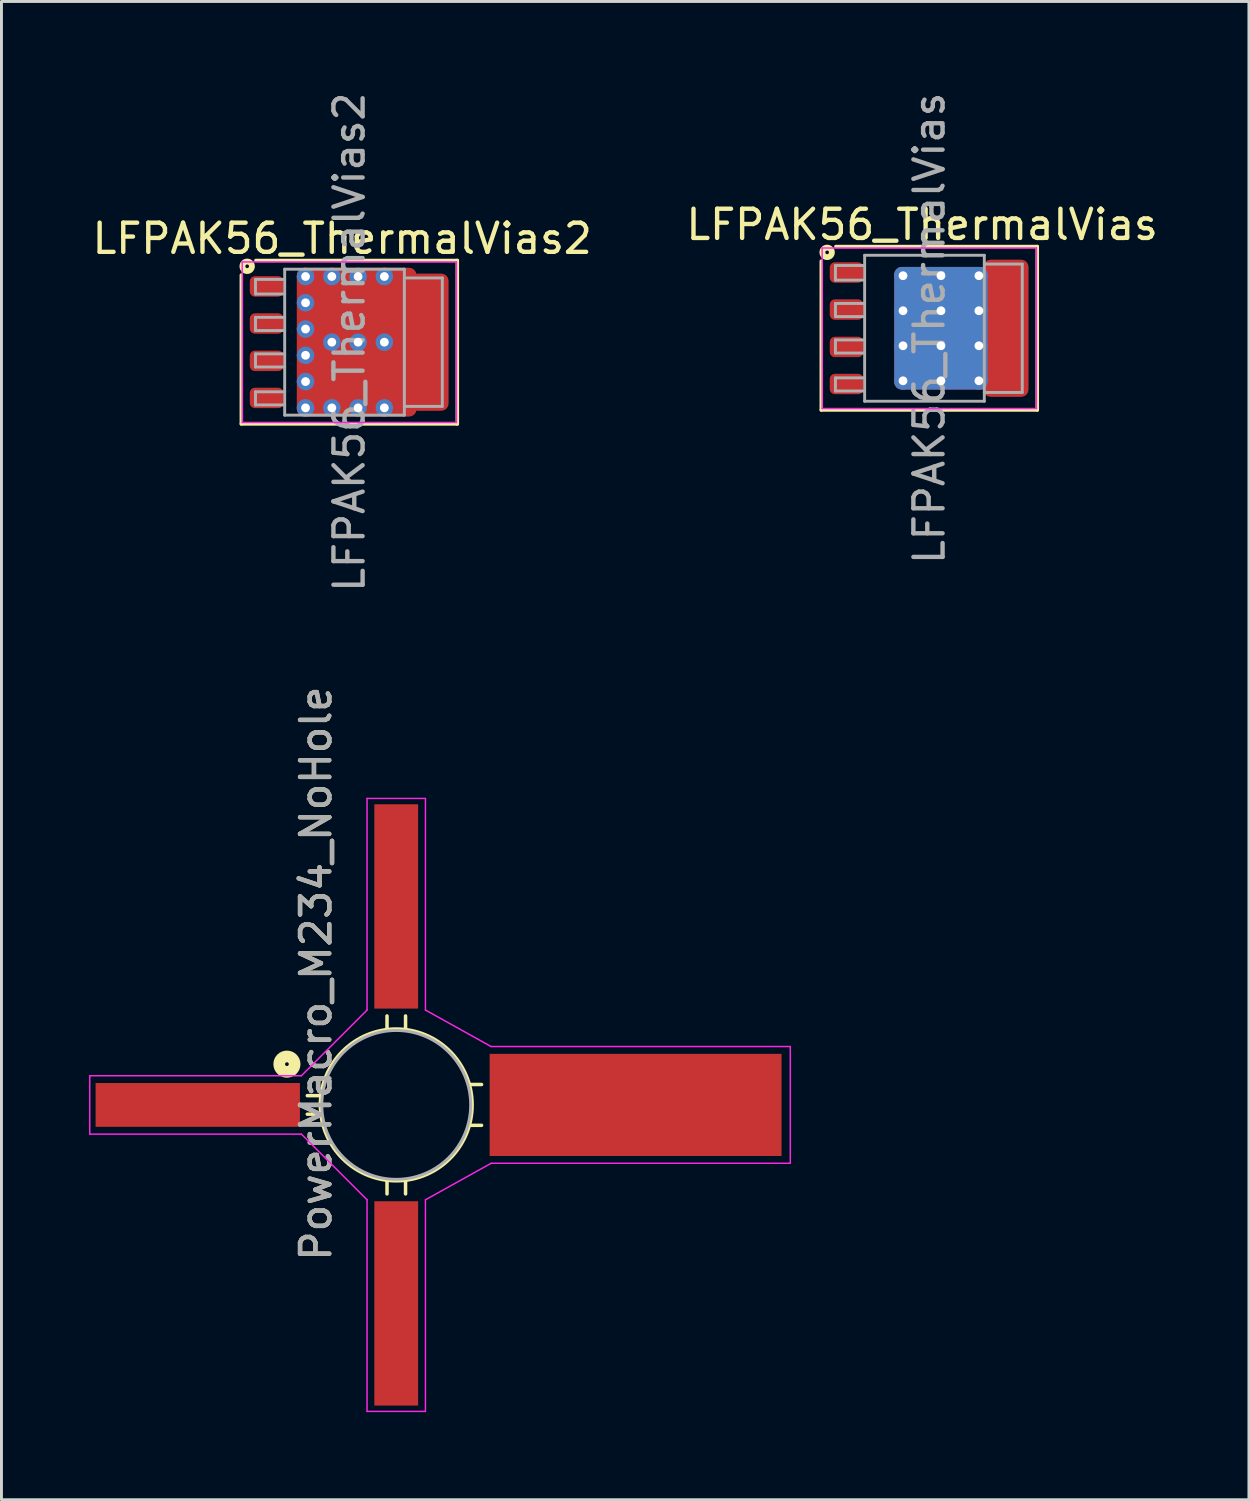
<source format=kicad_pcb>
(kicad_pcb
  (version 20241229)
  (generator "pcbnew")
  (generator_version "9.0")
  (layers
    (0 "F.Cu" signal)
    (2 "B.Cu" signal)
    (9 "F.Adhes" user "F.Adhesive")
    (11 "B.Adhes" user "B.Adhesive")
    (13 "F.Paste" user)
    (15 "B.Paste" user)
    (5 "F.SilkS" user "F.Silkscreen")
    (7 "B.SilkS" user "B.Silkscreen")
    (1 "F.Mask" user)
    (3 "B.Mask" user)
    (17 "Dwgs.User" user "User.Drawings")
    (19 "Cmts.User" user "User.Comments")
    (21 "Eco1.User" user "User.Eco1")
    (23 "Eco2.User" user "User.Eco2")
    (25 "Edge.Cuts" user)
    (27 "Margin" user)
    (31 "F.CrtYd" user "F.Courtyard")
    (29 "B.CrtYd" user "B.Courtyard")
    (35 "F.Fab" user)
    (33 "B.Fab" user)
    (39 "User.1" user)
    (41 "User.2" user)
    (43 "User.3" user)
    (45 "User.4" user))
  (footprint "LFPAK56_ThermalVias"
    (layer "F.Cu")
    (at 28.787 8.196)
    (property "Reference" "LFPAK56_ThermalVias" (at -0.245 -3.55 0) (layer "F.SilkS") (effects (font (size 1 1) (thickness 0.15))))
    (attr smd)
    (fp_line (start -3.7 -2.3) (end -3.7 2.8) (stroke (width 0.12) (type solid)) (layer "F.SilkS"))
    (fp_line (start -3.7 2.8) (end 3.7 2.8) (stroke (width 0.12) (type solid)) (layer "F.SilkS"))
    (fp_line (start 3.7 -2.8) (end -3.2 -2.8) (stroke (width 0.12) (type solid)) (layer "F.SilkS"))
    (fp_line (start 3.7 2.8) (end 3.7 -2.8) (stroke (width 0.12) (type solid)) (layer "F.SilkS"))
    (fp_circle (center -3.5 -2.6) (end -3.437 -2.6) (stroke (width 0.2) (type solid)) (fill no) (layer "F.SilkS"))
    (fp_line (start -3.67 2.75) (end -3.67 -2.75) (stroke (width 0.05) (type solid)) (layer "F.CrtYd"))
    (fp_line (start -3.67 2.75) (end 3.67 2.75) (stroke (width 0.05) (type solid)) (layer "F.CrtYd"))
    (fp_line (start 3.67 -2.75) (end -3.67 -2.75) (stroke (width 0.05) (type solid)) (layer "F.CrtYd"))
    (fp_line (start 3.67 -2.75) (end 3.67 2.75) (stroke (width 0.05) (type solid)) (layer "F.CrtYd"))
    (fp_line (start -3.215 -2.15) (end -3.215 -1.65) (stroke (width 0.1) (type solid)) (layer "F.Fab"))
    (fp_line (start -3.215 -2.15) (end -2.215 -2.15) (stroke (width 0.1) (type solid)) (layer "F.Fab"))
    (fp_line (start -3.215 -1.65) (end -2.215 -1.65) (stroke (width 0.1) (type solid)) (layer "F.Fab"))
    (fp_line (start -3.215 -0.85) (end -3.215 -0.4) (stroke (width 0.1) (type solid)) (layer "F.Fab"))
    (fp_line (start -3.215 -0.4) (end -2.215 -0.4) (stroke (width 0.1) (type solid)) (layer "F.Fab"))
    (fp_line (start -3.215 0.4) (end -3.215 0.85) (stroke (width 0.1) (type solid)) (layer "F.Fab"))
    (fp_line (start -3.215 0.85) (end -2.215 0.85) (stroke (width 0.1) (type solid)) (layer "F.Fab"))
    (fp_line (start -3.215 1.7) (end -3.215 2.15) (stroke (width 0.1) (type solid)) (layer "F.Fab"))
    (fp_line (start -3.215 2.15) (end -2.215 2.15) (stroke (width 0.1) (type solid)) (layer "F.Fab"))
    (fp_line (start -2.215 -2.5) (end -2.215 2.5) (stroke (width 0.1) (type solid)) (layer "F.Fab"))
    (fp_line (start -2.215 -0.85) (end -3.215 -0.85) (stroke (width 0.1) (type solid)) (layer "F.Fab"))
    (fp_line (start -2.215 0.4) (end -3.215 0.4) (stroke (width 0.1) (type solid)) (layer "F.Fab"))
    (fp_line (start -2.215 1.7) (end -3.215 1.7) (stroke (width 0.1) (type solid)) (layer "F.Fab"))
    (fp_line (start -2.215 2.5) (end 1.885 2.5) (stroke (width 0.1) (type solid)) (layer "F.Fab"))
    (fp_line (start 1.885 -2.5) (end -2.215 -2.5) (stroke (width 0.1) (type solid)) (layer "F.Fab"))
    (fp_line (start 1.885 2.5) (end 1.885 -2.5) (stroke (width 0.1) (type solid)) (layer "F.Fab"))
    (fp_line (start 3.185 -2.2) (end 1.885 -2.2) (stroke (width 0.1) (type solid)) (layer "F.Fab"))
    (fp_line (start 3.185 -2.2) (end 3.185 2.2) (stroke (width 0.1) (type solid)) (layer "F.Fab"))
    (fp_line (start 3.185 2.2) (end 1.885 2.2) (stroke (width 0.1) (type solid)) (layer "F.Fab"))
    (fp_text user "${REFERENCE}" (at 0 0 90) (layer "F.Fab") (effects (font (size 1 1) (thickness 0.15))))
    (pad "" smd roundrect (at -0.3 0 270) (size 1 1.2) (layers "F.Paste") (roundrect_rratio 0.25))
    (pad "" smd roundrect (at -0.275 -1.225 270) (size 1.05 1.15) (layers "F.Paste") (roundrect_rratio 0.238))
    (pad "" smd roundrect (at -0.275 1.225 270) (size 1.05 1.15) (layers "F.Paste") (roundrect_rratio 0.238))
    (pad "" smd roundrect (at 1.075 -1.225 270) (size 1.05 1.15) (layers "F.Paste") (roundrect_rratio 0.238))
    (pad "" smd roundrect (at 1.075 1.225 270) (size 1.05 1.15) (layers "F.Paste") (roundrect_rratio 0.238))
    (pad "" smd roundrect (at 1.1 0 270) (size 1 1.2) (layers "F.Paste") (roundrect_rratio 0.25))
    (pad "" smd roundrect (at 2.6 -1.5 270) (size 1.2 1.1) (layers "F.Paste") (roundrect_rratio 0.161))
    (pad "" smd roundrect (at 2.6 0 270) (size 1.2 1.1) (layers "F.Paste") (roundrect_rratio 0.161))
    (pad "" smd roundrect (at 2.6 1.5 270) (size 1.2 1.1) (layers "F.Paste") (roundrect_rratio 0.161))
    (pad "1" smd roundrect (at -2.835 -1.91 270) (size 0.7 1.15) (layers "F.Cu" "F.Mask" "F.Paste") (roundrect_rratio 0.25))
    (pad "2" smd roundrect (at -2.835 -0.64 270) (size 0.7 1.15) (layers "F.Cu" "F.Mask" "F.Paste") (roundrect_rratio 0.25))
    (pad "3" smd roundrect (at -2.835 0.64 270) (size 0.7 1.15) (layers "F.Cu" "F.Mask" "F.Paste") (roundrect_rratio 0.25))
    (pad "4" smd roundrect (at -2.835 1.91 270) (size 0.7 1.15) (layers "F.Cu" "F.Mask" "F.Paste") (roundrect_rratio 0.25))
    (pad "5" thru_hole circle (at -0.9 -1.8) (size 0.6 0.6) (drill 0.3) (property pad_prop_heatsink) (layers "*.Cu"))
    (pad "5" thru_hole circle (at -0.9 -0.6) (size 0.6 0.6) (drill 0.3) (property pad_prop_heatsink) (layers "*.Cu"))
    (pad "5" thru_hole circle (at -0.9 0.6) (size 0.6 0.6) (drill 0.3) (property pad_prop_heatsink) (layers "*.Cu"))
    (pad "5" thru_hole circle (at -0.9 1.8) (size 0.6 0.6) (drill 0.3) (property pad_prop_heatsink) (layers "*.Cu"))
    (pad "5" thru_hole circle (at 0.4 -1.8) (size 0.6 0.6) (drill 0.3) (property pad_prop_heatsink) (layers "*.Cu"))
    (pad "5" thru_hole circle (at 0.4 -0.6) (size 0.6 0.6) (drill 0.3) (property pad_prop_heatsink) (layers "*.Cu"))
    (pad "5" smd roundrect (at 0.4 0 270) (size 4.2 3.2) (layers "B.Cu" "B.Mask") (roundrect_rratio 0.078))
    (pad "5" thru_hole circle (at 0.4 0.6) (size 0.6 0.6) (drill 0.3) (property pad_prop_heatsink) (layers "*.Cu"))
    (pad "5" thru_hole circle (at 0.4 1.8) (size 0.6 0.6) (drill 0.3) (property pad_prop_heatsink) (layers "*.Cu"))
    (pad "5" smd roundrect (at 0.55 0 270) (size 4.2 3.5) (layers "F.Cu" "F.Mask") (roundrect_rratio 0.071))
    (pad "5" thru_hole circle (at 1.7 -1.8) (size 0.6 0.6) (drill 0.3) (property pad_prop_heatsink) (layers "*.Cu"))
    (pad "5" thru_hole circle (at 1.7 -0.6) (size 0.6 0.6) (drill 0.3) (property pad_prop_heatsink) (layers "*.Cu"))
    (pad "5" thru_hole circle (at 1.7 0.6) (size 0.6 0.6) (drill 0.3) (property pad_prop_heatsink) (layers "*.Cu"))
    (pad "5" thru_hole circle (at 1.7 1.8) (size 0.6 0.6) (drill 0.3) (property pad_prop_heatsink) (layers "*.Cu"))
    (pad "5" smd roundrect (at 2.625 0 270) (size 4.7 1.55) (layers "F.Cu" "F.Mask") (roundrect_rratio 0.161)))
  (footprint "LFPAK56_ThermalVias2"
    (layer "F.Cu")
    (at 8.918 8.673)
    (property "Reference" "LFPAK56_ThermalVias2" (at -0.245 -3.55 0) (layer "F.SilkS") (effects (font (size 1 1) (thickness 0.15))))
    (attr smd)
    (fp_line (start -3.7 -2.3) (end -3.7 2.8) (stroke (width 0.12) (type solid)) (layer "F.SilkS"))
    (fp_line (start -3.7 2.8) (end 3.7 2.8) (stroke (width 0.12) (type solid)) (layer "F.SilkS"))
    (fp_line (start 3.7 -2.8) (end -3.2 -2.8) (stroke (width 0.12) (type solid)) (layer "F.SilkS"))
    (fp_line (start 3.7 2.8) (end 3.7 -2.8) (stroke (width 0.12) (type solid)) (layer "F.SilkS"))
    (fp_circle (center -3.5 -2.6) (end -3.437 -2.6) (stroke (width 0.2) (type solid)) (fill no) (layer "F.SilkS"))
    (fp_line (start -3.67 2.75) (end -3.67 -2.75) (stroke (width 0.05) (type solid)) (layer "F.CrtYd"))
    (fp_line (start -3.67 2.75) (end 3.67 2.75) (stroke (width 0.05) (type solid)) (layer "F.CrtYd"))
    (fp_line (start 3.67 -2.75) (end -3.67 -2.75) (stroke (width 0.05) (type solid)) (layer "F.CrtYd"))
    (fp_line (start 3.67 -2.75) (end 3.67 2.75) (stroke (width 0.05) (type solid)) (layer "F.CrtYd"))
    (fp_line (start -3.215 -2.15) (end -3.215 -1.65) (stroke (width 0.1) (type solid)) (layer "F.Fab"))
    (fp_line (start -3.215 -2.15) (end -2.215 -2.15) (stroke (width 0.1) (type solid)) (layer "F.Fab"))
    (fp_line (start -3.215 -1.65) (end -2.215 -1.65) (stroke (width 0.1) (type solid)) (layer "F.Fab"))
    (fp_line (start -3.215 -0.85) (end -3.215 -0.4) (stroke (width 0.1) (type solid)) (layer "F.Fab"))
    (fp_line (start -3.215 -0.4) (end -2.215 -0.4) (stroke (width 0.1) (type solid)) (layer "F.Fab"))
    (fp_line (start -3.215 0.4) (end -3.215 0.85) (stroke (width 0.1) (type solid)) (layer "F.Fab"))
    (fp_line (start -3.215 0.85) (end -2.215 0.85) (stroke (width 0.1) (type solid)) (layer "F.Fab"))
    (fp_line (start -3.215 1.7) (end -3.215 2.15) (stroke (width 0.1) (type solid)) (layer "F.Fab"))
    (fp_line (start -3.215 2.15) (end -2.215 2.15) (stroke (width 0.1) (type solid)) (layer "F.Fab"))
    (fp_line (start -2.215 -2.5) (end -2.215 2.5) (stroke (width 0.1) (type solid)) (layer "F.Fab"))
    (fp_line (start -2.215 -0.85) (end -3.215 -0.85) (stroke (width 0.1) (type solid)) (layer "F.Fab"))
    (fp_line (start -2.215 0.4) (end -3.215 0.4) (stroke (width 0.1) (type solid)) (layer "F.Fab"))
    (fp_line (start -2.215 1.7) (end -3.215 1.7) (stroke (width 0.1) (type solid)) (layer "F.Fab"))
    (fp_line (start -2.215 2.5) (end 1.885 2.5) (stroke (width 0.1) (type solid)) (layer "F.Fab"))
    (fp_line (start 1.885 -2.5) (end -2.215 -2.5) (stroke (width 0.1) (type solid)) (layer "F.Fab"))
    (fp_line (start 1.885 2.5) (end 1.885 -2.5) (stroke (width 0.1) (type solid)) (layer "F.Fab"))
    (fp_line (start 3.185 -2.2) (end 1.885 -2.2) (stroke (width 0.1) (type solid)) (layer "F.Fab"))
    (fp_line (start 3.185 -2.2) (end 3.185 2.2) (stroke (width 0.1) (type solid)) (layer "F.Fab"))
    (fp_line (start 3.185 2.2) (end 1.885 2.2) (stroke (width 0.1) (type solid)) (layer "F.Fab"))
    (fp_text user "${REFERENCE}" (at 0 0 90) (layer "F.Fab") (effects (font (size 1 1) (thickness 0.15))))
    (pad "" smd roundrect (at -0.6 -1.125 270) (size 1.35 0.8) (layers "F.Paste") (roundrect_rratio 0.238))
    (pad "" smd roundrect (at -0.6 1.125 270) (size 1.35 0.8) (layers "F.Paste") (roundrect_rratio 0.238))
    (pad "" smd roundrect (at 0.4 -1.125 270) (size 1.35 0.8) (layers "F.Paste") (roundrect_rratio 0.238))
    (pad "" smd roundrect (at 0.4 1.125 270) (size 1.35 0.8) (layers "F.Paste") (roundrect_rratio 0.238))
    (pad "" smd roundrect (at 0.5 -1.125 90) (size 1.65 3.4) (layers "F.Mask") (roundrect_rratio 0.152))
    (pad "" smd roundrect (at 0.5 1.125 90) (size 1.65 3.4) (layers "F.Mask") (roundrect_rratio 0.152))
    (pad "" smd roundrect (at 1.4 -1.125 270) (size 1.35 0.8) (layers "F.Paste") (roundrect_rratio 0.238))
    (pad "" smd roundrect (at 1.4 1.125 270) (size 1.35 0.8) (layers "F.Paste") (roundrect_rratio 0.238))
    (pad "" smd roundrect (at 1.725 0 180) (size 0.45 0.9) (layers "F.Mask") (roundrect_rratio 0.152))
    (pad "" smd roundrect (at 2.6 -1.5 270) (size 1.2 1.1) (layers "F.Paste") (roundrect_rratio 0.161))
    (pad "" smd roundrect (at 2.6 0 270) (size 1.2 1.1) (layers "F.Paste") (roundrect_rratio 0.161))
    (pad "" smd roundrect (at 2.6 1.5 270) (size 1.2 1.1) (layers "F.Paste") (roundrect_rratio 0.161))
    (pad "1" smd roundrect (at -2.835 -1.91 270) (size 0.7 1.15) (layers "F.Cu" "F.Mask" "F.Paste") (roundrect_rratio 0.25))
    (pad "2" smd roundrect (at -2.835 -0.64 270) (size 0.7 1.15) (layers "F.Cu" "F.Mask" "F.Paste") (roundrect_rratio 0.25))
    (pad "3" smd roundrect (at -2.835 0.64 270) (size 0.7 1.15) (layers "F.Cu" "F.Mask" "F.Paste") (roundrect_rratio 0.25))
    (pad "4" smd roundrect (at -2.835 1.91 270) (size 0.7 1.15) (layers "F.Cu" "F.Mask" "F.Paste") (roundrect_rratio 0.25))
    (pad "5" thru_hole circle (at -1.5 -2.25) (size 0.6 0.6) (drill 0.3) (property pad_prop_heatsink) (layers "*.Cu" "*.Mask"))
    (pad "5" thru_hole circle (at -1.5 -1.35) (size 0.6 0.6) (drill 0.3) (property pad_prop_heatsink) (layers "*.Cu" "*.Mask"))
    (pad "5" thru_hole circle (at -1.5 -0.45) (size 0.6 0.6) (drill 0.3) (property pad_prop_heatsink) (layers "*.Cu" "*.Mask"))
    (pad "5" thru_hole circle (at -1.5 0.45) (size 0.6 0.6) (drill 0.3) (property pad_prop_heatsink) (layers "*.Cu" "*.Mask"))
    (pad "5" thru_hole circle (at -1.5 1.35) (size 0.6 0.6) (drill 0.3) (property pad_prop_heatsink) (layers "*.Cu" "*.Mask"))
    (pad "5" thru_hole circle (at -1.5 2.25) (size 0.6 0.6) (drill 0.3) (property pad_prop_heatsink) (layers "*.Cu" "*.Mask"))
    (pad "5" thru_hole circle (at -0.6 -2.25) (size 0.6 0.6) (drill 0.3) (property pad_prop_heatsink) (layers "*.Cu" "*.Mask"))
    (pad "5" thru_hole circle (at -0.6 0 90) (size 0.6 0.6) (drill 0.3) (property pad_prop_heatsink) (layers "*.Cu" "*.Mask"))
    (pad "5" thru_hole circle (at -0.6 2.25 90) (size 0.6 0.6) (drill 0.3) (property pad_prop_heatsink) (layers "*.Cu" "*.Mask"))
    (pad "5" smd roundrect (at 0.25 0 270) (size 5.1 4.1) (layers "F.Cu") (roundrect_rratio 0.061))
    (pad "5" thru_hole circle (at 0.3 -2.25) (size 0.6 0.6) (drill 0.3) (property pad_prop_heatsink) (layers "*.Cu" "*.Mask"))
    (pad "5" thru_hole circle (at 0.3 0 90) (size 0.6 0.6) (drill 0.3) (property pad_prop_heatsink) (layers "*.Cu" "*.Mask"))
    (pad "5" thru_hole circle (at 0.3 2.25 90) (size 0.6 0.6) (drill 0.3) (property pad_prop_heatsink) (layers "*.Cu" "*.Mask"))
    (pad "5" thru_hole circle (at 1.2 -2.25) (size 0.6 0.6) (drill 0.3) (property pad_prop_heatsink) (layers "*.Cu" "*.Mask"))
    (pad "5" thru_hole circle (at 1.2 0 90) (size 0.6 0.6) (drill 0.3) (property pad_prop_heatsink) (layers "*.Cu" "*.Mask"))
    (pad "5" thru_hole circle (at 1.2 2.25 90) (size 0.6 0.6) (drill 0.3) (property pad_prop_heatsink) (layers "*.Cu" "*.Mask"))
    (pad "5" smd roundrect (at 2.625 0 270) (size 4.7 1.55) (layers "F.Cu" "F.Mask") (roundrect_rratio 0.161)))
  (footprint "PowerMacro_M234_NoHole"
    (layer "F.Cu")
    (at 11.225 34.804)
    (property "Reference" "PowerMacro_M234_NoHole" (at -3.45 -4.5 90) (layer "F.SilkS") (effects (font (size 1 1) (thickness 0.15))))
    (attr smd)
    (fp_line (start -3.302 -0.318) (end -3.747 -0.318) (stroke (width 0.12) (type solid)) (layer "F.SilkS"))
    (fp_line (start -3.302 0.318) (end -3.747 0.318) (stroke (width 0.12) (type solid)) (layer "F.SilkS"))
    (fp_line (start -1.016 -2.603) (end -1.016 -3.048) (stroke (width 0.12) (type solid)) (layer "F.SilkS"))
    (fp_line (start -1.016 2.603) (end -1.016 3.048) (stroke (width 0.12) (type solid)) (layer "F.SilkS"))
    (fp_line (start -0.381 -2.603) (end -0.381 -3.048) (stroke (width 0.12) (type solid)) (layer "F.SilkS"))
    (fp_line (start -0.381 2.603) (end -0.381 3.048) (stroke (width 0.12) (type solid)) (layer "F.SilkS"))
    (fp_line (start 1.841 -0.699) (end 2.223 -0.699) (stroke (width 0.12) (type solid)) (layer "F.SilkS"))
    (fp_line (start 1.841 0.699) (end 2.223 0.699) (stroke (width 0.12) (type solid)) (layer "F.SilkS"))
    (fp_circle (center -4.445 -1.397) (end -4.381 -1.397) (stroke (width 0.4) (type solid)) (fill no) (layer "F.SilkS"))
    (fp_circle (center -0.7 0) (end -0.7 -2.6) (stroke (width 0.12) (type solid)) (fill no) (layer "F.SilkS"))
    (fp_line (start -11.2 -1) (end -11.2 1) (stroke (width 0.05) (type solid)) (layer "F.CrtYd"))
    (fp_line (start -11.2 1) (end -3.95 1) (stroke (width 0.05) (type solid)) (layer "F.CrtYd"))
    (fp_line (start -3.95 -1) (end -11.2 -1) (stroke (width 0.05) (type solid)) (layer "F.CrtYd"))
    (fp_line (start -3.95 1) (end -1.7 3.25) (stroke (width 0.05) (type solid)) (layer "F.CrtYd"))
    (fp_line (start -1.7 -10.5) (end -1.7 -3.25) (stroke (width 0.05) (type solid)) (layer "F.CrtYd"))
    (fp_line (start -1.7 -3.25) (end -3.95 -1) (stroke (width 0.05) (type solid)) (layer "F.CrtYd"))
    (fp_line (start -1.7 3.25) (end -1.7 10.5) (stroke (width 0.05) (type solid)) (layer "F.CrtYd"))
    (fp_line (start -1.7 10.5) (end 0.3 10.5) (stroke (width 0.05) (type solid)) (layer "F.CrtYd"))
    (fp_line (start 0.3 -10.5) (end -1.7 -10.5) (stroke (width 0.05) (type solid)) (layer "F.CrtYd"))
    (fp_line (start 0.3 -3.25) (end 0.3 -10.5) (stroke (width 0.05) (type solid)) (layer "F.CrtYd"))
    (fp_line (start 0.3 3.25) (end 2.55 2) (stroke (width 0.05) (type solid)) (layer "F.CrtYd"))
    (fp_line (start 0.3 10.5) (end 0.3 3.25) (stroke (width 0.05) (type solid)) (layer "F.CrtYd"))
    (fp_line (start 2.55 -2) (end 0.3 -3.25) (stroke (width 0.05) (type solid)) (layer "F.CrtYd"))
    (fp_line (start 2.55 2) (end 12.8 2) (stroke (width 0.05) (type solid)) (layer "F.CrtYd"))
    (fp_line (start 12.8 -2) (end 2.55 -2) (stroke (width 0.05) (type solid)) (layer "F.CrtYd"))
    (fp_line (start 12.8 2) (end 12.8 -2) (stroke (width 0.05) (type solid)) (layer "F.CrtYd"))
    (fp_circle (center -0.7 0) (end -0.7 -2.55) (stroke (width 0.1) (type solid)) (fill no) (layer "F.Fab"))
    (fp_text user "${REFERENCE}" (at -3.45 -4.5 90) (layer "F.Fab") (effects (font (size 1 1) (thickness 0.15))))
    (pad "1" smd rect (at -7.5 0 90) (size 1.5 7) (layers "F.Cu" "F.Mask" "F.Paste"))
    (pad "2" smd rect (at -0.7 6.8 90) (size 7 1.5) (layers "F.Cu" "F.Mask" "F.Paste"))
    (pad "3" smd rect (at 7.5 0 90) (size 3.5 10) (layers "F.Cu" "F.Mask" "F.Paste"))
    (pad "4" smd rect (at -0.7 -6.8 90) (size 7 1.5) (layers "F.Cu" "F.Mask" "F.Paste")))
  (gr_rect
    (start -3 -3)
    (end 39.738 48.329)
    (stroke (width 0.1) (type default))
    (fill no)
    (layer "Edge.Cuts")))
</source>
